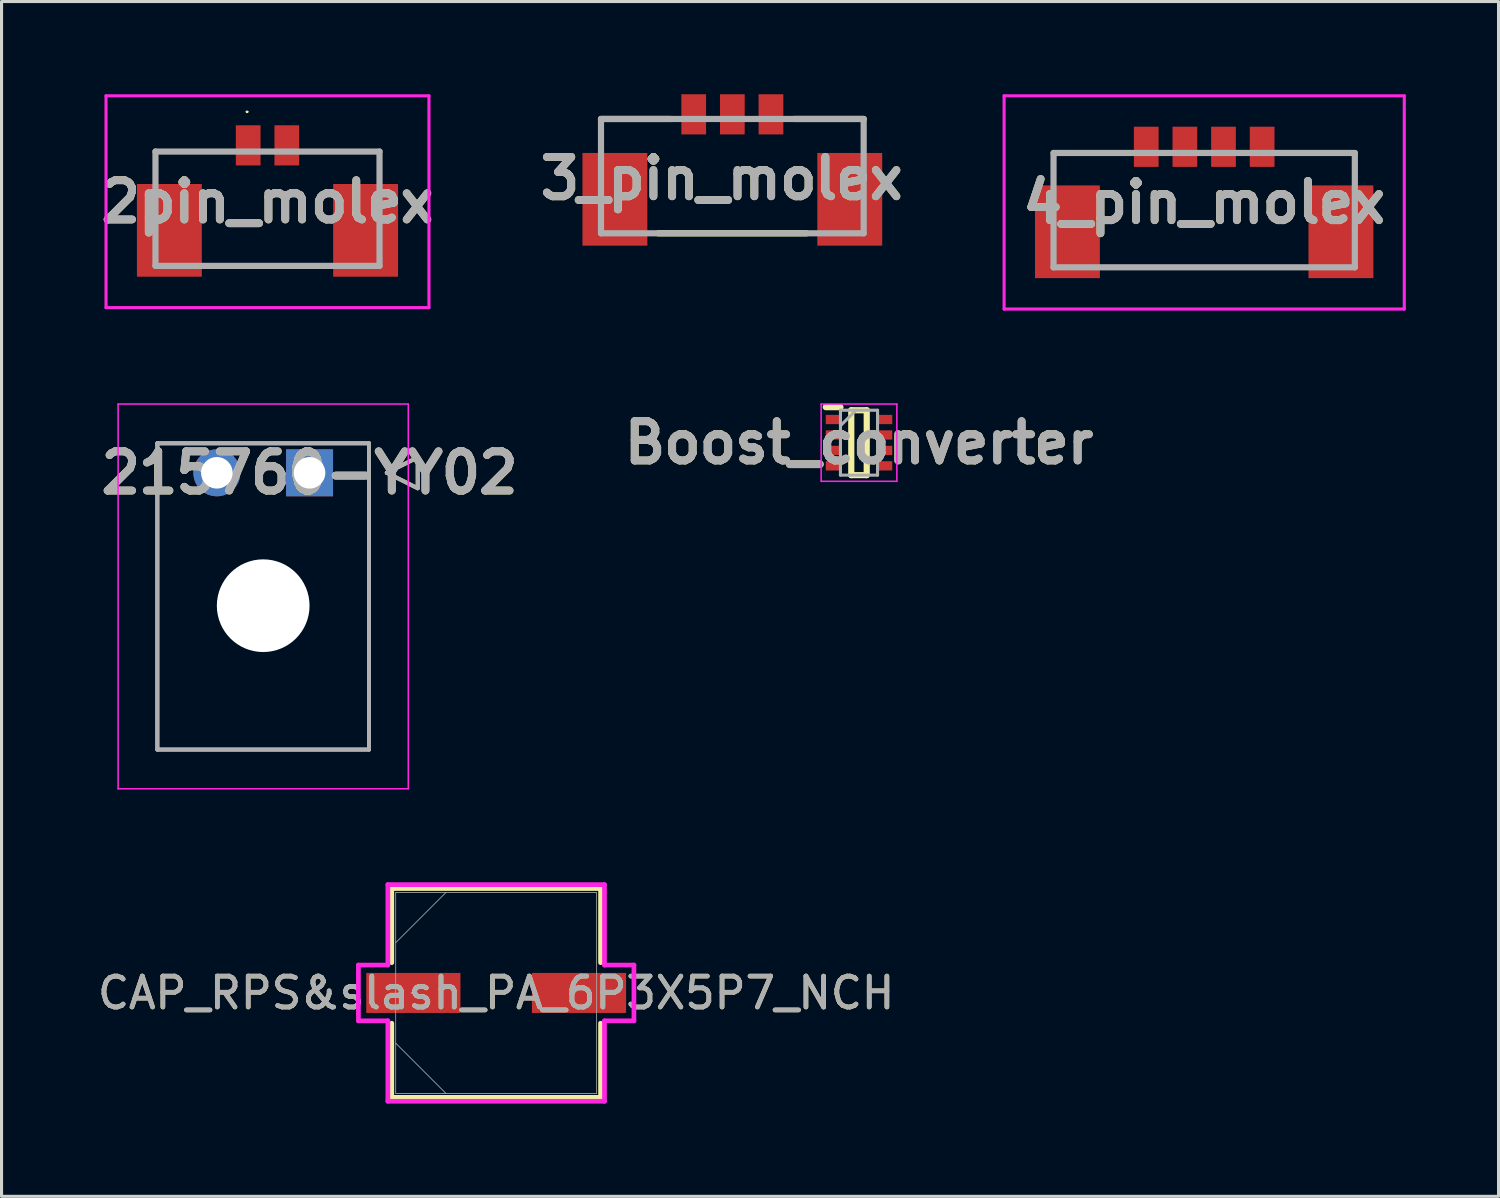
<source format=kicad_pcb>
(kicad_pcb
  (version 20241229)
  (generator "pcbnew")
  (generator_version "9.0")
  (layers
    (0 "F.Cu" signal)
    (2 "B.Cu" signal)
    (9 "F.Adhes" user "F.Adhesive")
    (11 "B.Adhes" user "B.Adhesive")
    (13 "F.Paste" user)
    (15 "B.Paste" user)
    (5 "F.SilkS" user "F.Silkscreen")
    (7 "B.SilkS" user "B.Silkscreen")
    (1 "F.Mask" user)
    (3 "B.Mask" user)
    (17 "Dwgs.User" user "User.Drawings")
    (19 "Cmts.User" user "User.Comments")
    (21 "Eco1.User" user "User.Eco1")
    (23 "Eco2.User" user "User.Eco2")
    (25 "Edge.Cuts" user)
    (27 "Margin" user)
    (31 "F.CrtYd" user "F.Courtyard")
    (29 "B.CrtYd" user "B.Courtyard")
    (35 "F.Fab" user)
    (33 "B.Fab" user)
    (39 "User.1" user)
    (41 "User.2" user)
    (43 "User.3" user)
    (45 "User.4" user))
  (footprint "CAP_RPS&slash_PA_6P3X5P7_NCH"
    (layer "F.Cu")
    (at 13.006 29.081)
    (property "Reference" "CAP_RPS&slash_PA_6P3X5P7_NCH" (at 0 0 0) (unlocked yes) (layer "F.SilkS") (effects (font (size 1 1) (thickness 0.15))))
    (attr smd)
    (fp_line (start -3.378 -3.378) (end -3.378 -0.98) (stroke (width 0.152) (type solid)) (layer "F.SilkS"))
    (fp_line (start -3.378 0.98) (end -3.378 3.378) (stroke (width 0.152) (type solid)) (layer "F.SilkS"))
    (fp_line (start -3.378 3.378) (end 3.378 3.378) (stroke (width 0.152) (type solid)) (layer "F.SilkS"))
    (fp_line (start 3.378 -3.378) (end -3.378 -3.378) (stroke (width 0.152) (type solid)) (layer "F.SilkS"))
    (fp_line (start 3.378 -0.98) (end 3.378 -3.378) (stroke (width 0.152) (type solid)) (layer "F.SilkS"))
    (fp_line (start 3.378 3.378) (end 3.378 0.98) (stroke (width 0.152) (type solid)) (layer "F.SilkS"))
    (fp_line (start -4.458 -0.902) (end -3.505 -0.902) (stroke (width 0.152) (type solid)) (layer "F.CrtYd"))
    (fp_line (start -4.458 0.902) (end -4.458 -0.902) (stroke (width 0.152) (type solid)) (layer "F.CrtYd"))
    (fp_line (start -3.505 -3.505) (end 3.505 -3.505) (stroke (width 0.152) (type solid)) (layer "F.CrtYd"))
    (fp_line (start -3.505 -0.902) (end -3.505 -3.505) (stroke (width 0.152) (type solid)) (layer "F.CrtYd"))
    (fp_line (start -3.505 0.902) (end -4.458 0.902) (stroke (width 0.152) (type solid)) (layer "F.CrtYd"))
    (fp_line (start -3.505 3.505) (end -3.505 0.902) (stroke (width 0.152) (type solid)) (layer "F.CrtYd"))
    (fp_line (start 3.505 -3.505) (end 3.505 -0.902) (stroke (width 0.152) (type solid)) (layer "F.CrtYd"))
    (fp_line (start 3.505 -0.902) (end 4.458 -0.902) (stroke (width 0.152) (type solid)) (layer "F.CrtYd"))
    (fp_line (start 3.505 0.902) (end 3.505 3.505) (stroke (width 0.152) (type solid)) (layer "F.CrtYd"))
    (fp_line (start 3.505 3.505) (end -3.505 3.505) (stroke (width 0.152) (type solid)) (layer "F.CrtYd"))
    (fp_line (start 4.458 -0.902) (end 4.458 0.902) (stroke (width 0.152) (type solid)) (layer "F.CrtYd"))
    (fp_line (start 4.458 0.902) (end 3.505 0.902) (stroke (width 0.152) (type solid)) (layer "F.CrtYd"))
    (fp_line (start -3.251 -3.251) (end -3.251 3.251) (stroke (width 0.025) (type solid)) (layer "F.Fab"))
    (fp_line (start -3.251 -1.626) (end -1.626 -3.251) (stroke (width 0.025) (type solid)) (layer "F.Fab"))
    (fp_line (start -3.251 1.626) (end -1.626 3.251) (stroke (width 0.025) (type solid)) (layer "F.Fab"))
    (fp_line (start -3.251 3.251) (end 3.251 3.251) (stroke (width 0.025) (type solid)) (layer "F.Fab"))
    (fp_line (start 3.251 -3.251) (end -3.251 -3.251) (stroke (width 0.025) (type solid)) (layer "F.Fab"))
    (fp_line (start 3.251 3.251) (end 3.251 -3.251) (stroke (width 0.025) (type solid)) (layer "F.Fab"))
    (fp_circle (center -2.743 0) (end -2.743 0) (stroke (width 0.025) (type solid)) (fill no) (layer "F.Fab"))
    (fp_text user "${REFERENCE}" (at 0 0 0) (unlocked yes) (layer "F.Fab") (effects (font (size 1 1) (thickness 0.15))))
    (pad "1" smd rect (at -2.68 0) (size 3.048 1.295) (layers "F.Cu" "F.Mask" "F.Paste"))
    (pad "2" smd rect (at 2.68 0) (size 3.048 1.295) (layers "F.Cu" "F.Mask" "F.Paste"))
    (zone (net_name "") (layer "F.Cu") (hatch full 0.508) (connect_pads) (min_thickness 0.254) (filled_areas_thickness no) (keepout (tracks not_allowed) (vias not_allowed) (pads allowed) (copperpour not_allowed) (footprints allowed)) (placement (enabled no)) (fill) (polygon (pts (xy 9.806 25.881) (xy 16.206 25.881) (xy 16.206 28.383) (xy 9.806 28.383))))
    (zone (net_name "") (layer "F.Cu") (hatch full 0.508) (connect_pads) (min_thickness 0.254) (filled_areas_thickness no) (keepout (tracks not_allowed) (vias not_allowed) (pads allowed) (copperpour not_allowed) (footprints allowed)) (placement (enabled no)) (fill) (polygon (pts (xy 9.806 29.78) (xy 16.206 29.78) (xy 16.206 32.282) (xy 9.806 32.282))))
    (zone (net_name "") (layer "F.Cu") (hatch full 0.508) (connect_pads) (min_thickness 0.254) (filled_areas_thickness no) (keepout (tracks not_allowed) (vias not_allowed) (pads allowed) (copperpour not_allowed) (footprints allowed)) (placement (enabled no)) (fill) (polygon (pts (xy 11.901 28.383) (xy 14.111 28.383) (xy 14.111 29.78) (xy 11.901 29.78)))))
  (footprint "Boost_converter"
    (layer "F.Cu")
    (at 24.747 11.275)
    (property "Reference" "Boost_converter" (at 0 0 0) (layer "F.SilkS") (effects (font (size 1.27 1.27) (thickness 0.254))))
    (attr smd)
    (fp_line (start -1.075 -1.15) (end -0.6 -1.15) (stroke (width 0.2) (type solid)) (layer "F.SilkS"))
    (fp_line (start -0.25 -1.05) (end 0.25 -1.05) (stroke (width 0.2) (type solid)) (layer "F.SilkS"))
    (fp_line (start -0.25 1.05) (end -0.25 -1.05) (stroke (width 0.2) (type solid)) (layer "F.SilkS"))
    (fp_line (start 0.25 -1.05) (end 0.25 1.05) (stroke (width 0.2) (type solid)) (layer "F.SilkS"))
    (fp_line (start 0.25 1.05) (end -0.25 1.05) (stroke (width 0.2) (type solid)) (layer "F.SilkS"))
    (fp_line (start -1.225 -1.25) (end 1.225 -1.25) (stroke (width 0.05) (type solid)) (layer "F.CrtYd"))
    (fp_line (start -1.225 1.25) (end -1.225 -1.25) (stroke (width 0.05) (type solid)) (layer "F.CrtYd"))
    (fp_line (start 1.225 -1.25) (end 1.225 1.25) (stroke (width 0.05) (type solid)) (layer "F.CrtYd"))
    (fp_line (start 1.225 1.25) (end -1.225 1.25) (stroke (width 0.05) (type solid)) (layer "F.CrtYd"))
    (fp_line (start -0.6 -1.05) (end 0.6 -1.05) (stroke (width 0.1) (type solid)) (layer "F.Fab"))
    (fp_line (start -0.6 -0.55) (end -0.1 -1.05) (stroke (width 0.1) (type solid)) (layer "F.Fab"))
    (fp_line (start -0.6 1.05) (end -0.6 -1.05) (stroke (width 0.1) (type solid)) (layer "F.Fab"))
    (fp_line (start 0.6 -1.05) (end 0.6 1.05) (stroke (width 0.1) (type solid)) (layer "F.Fab"))
    (fp_line (start 0.6 1.05) (end -0.6 1.05) (stroke (width 0.1) (type solid)) (layer "F.Fab"))
    (fp_text user "${REFERENCE}" (at 0 0 0) (layer "F.Fab") (effects (font (size 1.27 1.27) (thickness 0.254))))
    (pad "1" smd rect (at -0.838 -0.75 90) (size 0.3 0.475) (layers "F.Cu" "F.Mask" "F.Paste"))
    (pad "2" smd rect (at -0.838 -0.25 90) (size 0.3 0.475) (layers "F.Cu" "F.Mask" "F.Paste"))
    (pad "3" smd rect (at -0.838 0.25 90) (size 0.3 0.475) (layers "F.Cu" "F.Mask" "F.Paste"))
    (pad "4" smd rect (at -0.838 0.75 90) (size 0.3 0.475) (layers "F.Cu" "F.Mask" "F.Paste"))
    (pad "5" smd rect (at 0.838 0.75 90) (size 0.3 0.475) (layers "F.Cu" "F.Mask" "F.Paste"))
    (pad "6" smd rect (at 0.838 0.25 90) (size 0.3 0.475) (layers "F.Cu" "F.Mask" "F.Paste"))
    (pad "7" smd rect (at 0.838 -0.25 90) (size 0.3 0.475) (layers "F.Cu" "F.Mask" "F.Paste"))
    (pad "8" smd rect (at 0.838 -0.75 90) (size 0.3 0.475) (layers "F.Cu" "F.Mask" "F.Paste")))
  (footprint "3_pin_molex"
    (layer "F.Cu")
    (at 20.648 0.8)
    (property "Reference" "3_pin_molex" (at -0.346 1.926 0) (layer "F.SilkS") (effects (font (size 1.27 1.27) (thickness 0.254))))
    (attr smd)
    (fp_line (start -4.25 0) (end -1.991 0) (stroke (width 0.2) (type solid)) (layer "F.SilkS"))
    (fp_line (start -2.4 3.7) (end 2.4 3.7) (stroke (width 0.2) (type solid)) (layer "F.SilkS"))
    (fp_line (start 4.25 0) (end 1.991 0) (stroke (width 0.2) (type solid)) (layer "F.SilkS"))
    (fp_line (start -4.25 0) (end 4.25 0) (stroke (width 0.2) (type solid)) (layer "F.Fab"))
    (fp_line (start -4.25 3.7) (end -4.25 0) (stroke (width 0.2) (type solid)) (layer "F.Fab"))
    (fp_line (start 4.25 0) (end 4.25 3.7) (stroke (width 0.2) (type solid)) (layer "F.Fab"))
    (fp_line (start 4.25 3.7) (end -4.25 3.7) (stroke (width 0.2) (type solid)) (layer "F.Fab"))
    (fp_text user "${REFERENCE}" (at -0.346 1.926 0) (layer "F.Fab") (effects (font (size 1.27 1.27) (thickness 0.254))))
    (pad "1" smd rect (at -1.25 -0.15) (size 0.8 1.3) (layers "F.Cu" "F.Mask" "F.Paste"))
    (pad "2" smd rect (at 0 -0.15) (size 0.8 1.3) (layers "F.Cu" "F.Mask" "F.Paste"))
    (pad "3" smd rect (at 1.25 -0.15) (size 0.8 1.3) (layers "F.Cu" "F.Mask" "F.Paste"))
    (pad "4" smd rect (at -3.8 2.6) (size 2.1 3) (layers "F.Cu" "F.Mask" "F.Paste"))
    (pad "5" smd rect (at 3.8 2.6) (size 2.1 3) (layers "F.Cu" "F.Mask" "F.Paste")))
  (footprint "215760-YY02"
    (layer "F.Cu")
    (at 6.967 12.25)
    (property "Reference" "215760-YY02" (at 0 0 0) (layer "F.SilkS") (effects (font (size 1.27 1.27) (thickness 0.254))))
    (attr through_hole)
    (fp_line (start -4.925 -0.955) (end 1.925 -0.955) (stroke (width 0.127) (type solid)) (layer "F.SilkS"))
    (fp_line (start -4.925 8.955) (end -4.925 -0.955) (stroke (width 0.127) (type solid)) (layer "F.SilkS"))
    (fp_line (start 1.925 -0.955) (end 1.925 8.955) (stroke (width 0.127) (type solid)) (layer "F.SilkS"))
    (fp_line (start 1.925 8.955) (end -4.925 8.955) (stroke (width 0.127) (type solid)) (layer "F.SilkS"))
    (fp_line (start 2.5 0) (end 3.5 -0.5) (stroke (width 0.127) (type solid)) (layer "F.SilkS"))
    (fp_line (start 3.5 -0.5) (end 3.5 0.5) (stroke (width 0.127) (type solid)) (layer "F.SilkS"))
    (fp_line (start 3.5 0.5) (end 2.5 0) (stroke (width 0.127) (type solid)) (layer "F.SilkS"))
    (fp_line (start -6.195 -2.225) (end 3.195 -2.225) (stroke (width 0.05) (type solid)) (layer "F.CrtYd"))
    (fp_line (start -6.195 10.225) (end -6.195 -2.225) (stroke (width 0.05) (type solid)) (layer "F.CrtYd"))
    (fp_line (start 3.195 -2.225) (end 3.195 10.225) (stroke (width 0.05) (type solid)) (layer "F.CrtYd"))
    (fp_line (start 3.195 10.225) (end -6.195 10.225) (stroke (width 0.05) (type solid)) (layer "F.CrtYd"))
    (fp_line (start -4.925 -0.955) (end 1.925 -0.955) (stroke (width 0.127) (type solid)) (layer "F.Fab"))
    (fp_line (start -4.925 8.955) (end -4.925 -0.955) (stroke (width 0.127) (type solid)) (layer "F.Fab"))
    (fp_line (start 1.925 -0.955) (end 1.925 8.955) (stroke (width 0.127) (type solid)) (layer "F.Fab"))
    (fp_line (start 1.925 8.955) (end -4.925 8.955) (stroke (width 0.127) (type solid)) (layer "F.Fab"))
    (fp_line (start 2.5 0) (end 3.5 -0.5) (stroke (width 0.127) (type solid)) (layer "F.Fab"))
    (fp_line (start 3.5 -0.5) (end 3.5 0.5) (stroke (width 0.127) (type solid)) (layer "F.Fab"))
    (fp_line (start 3.5 0.5) (end 2.5 0) (stroke (width 0.127) (type solid)) (layer "F.Fab"))
    (fp_text user "${REFERENCE}" (at 0 0 0) (layer "F.Fab") (effects (font (size 1.27 1.27) (thickness 0.254))))
    (pad "" np_thru_hole circle (at -1.5 4.3) (size 3 3) (drill 3) (layers "*.Cu" "*.Mask"))
    (pad "1" thru_hole rect (at 0 0) (size 1.52 1.52) (drill 1.02) (layers "*.Cu" "*.Mask"))
    (pad "2" thru_hole circle (at -3 0) (size 1.52 1.52) (drill 1.02) (layers "*.Cu" "*.Mask")))
  (footprint "2pin_molex"
    (layer "F.Cu")
    (at 5.606 3.05)
    (property "Reference" "2pin_molex" (at 0 0.427 0) (layer "F.SilkS") (effects (font (size 1.27 1.27) (thickness 0.254))))
    (attr smd)
    (fp_line (start -3.625 -1.196) (end -3.625 -0.435) (stroke (width 0.1) (type solid)) (layer "F.SilkS"))
    (fp_line (start -3.625 -1.196) (end -1.337 -1.196) (stroke (width 0.1) (type solid)) (layer "F.SilkS"))
    (fp_line (start -1.8 2.504) (end 1.8 2.504) (stroke (width 0.1) (type solid)) (layer "F.SilkS"))
    (fp_line (start -0.683 -2.482) (end -0.683 -2.482) (stroke (width 0.045) (type solid)) (layer "F.SilkS"))
    (fp_line (start -0.639 -2.482) (end -0.639 -2.482) (stroke (width 0.045) (type solid)) (layer "F.SilkS"))
    (fp_line (start 3.625 -1.196) (end 1.337 -1.196) (stroke (width 0.1) (type solid)) (layer "F.SilkS"))
    (fp_line (start 3.625 -1.196) (end 3.625 -0.435) (stroke (width 0.1) (type solid)) (layer "F.SilkS"))
    (fp_arc (start -0.683 -2.481) (mid -0.6615 -2.5035) (end -0.639 -2.482) (stroke (width 0.045) (type solid)) (layer "F.SilkS"))
    (fp_arc (start -0.639 -2.481) (mid -0.6615 -2.4595) (end -0.683 -2.482) (stroke (width 0.045) (type solid)) (layer "F.SilkS"))
    (fp_line (start -5.225 -3) (end 5.225 -3) (stroke (width 0.1) (type solid)) (layer "F.CrtYd"))
    (fp_line (start -5.225 3.854) (end -5.225 -3) (stroke (width 0.1) (type solid)) (layer "F.CrtYd"))
    (fp_line (start 5.225 -3) (end 5.225 3.854) (stroke (width 0.1) (type solid)) (layer "F.CrtYd"))
    (fp_line (start 5.225 3.854) (end -5.225 3.854) (stroke (width 0.1) (type solid)) (layer "F.CrtYd"))
    (fp_line (start -3.625 -1.196) (end 3.625 -1.196) (stroke (width 0.2) (type solid)) (layer "F.Fab"))
    (fp_line (start -3.625 2.504) (end -3.625 -1.196) (stroke (width 0.2) (type solid)) (layer "F.Fab"))
    (fp_line (start 3.625 -1.196) (end 3.625 2.504) (stroke (width 0.2) (type solid)) (layer "F.Fab"))
    (fp_line (start 3.625 2.504) (end -3.625 2.504) (stroke (width 0.2) (type solid)) (layer "F.Fab"))
    (fp_text user "${REFERENCE}" (at 0 0.427 0) (layer "F.Fab") (effects (font (size 1.27 1.27) (thickness 0.254))))
    (pad "1" smd rect (at -0.625 -1.396) (size 0.8 1.3) (layers "F.Cu" "F.Mask" "F.Paste"))
    (pad "2" smd rect (at 0.625 -1.396) (size 0.8 1.3) (layers "F.Cu" "F.Mask" "F.Paste"))
    (pad "3" smd rect (at -3.175 1.354) (size 2.1 3) (layers "F.Cu" "F.Mask" "F.Paste"))
    (pad "4" smd rect (at 3.175 1.354) (size 2.1 3) (layers "F.Cu" "F.Mask" "F.Paste")))
  (footprint "4_pin_molex"
    (layer "F.Cu")
    (at 35.917 1.9)
    (property "Reference" "4_pin_molex" (at 0 1.6 0) (layer "F.SilkS") (effects (font (size 1.27 1.27) (thickness 0.254))))
    (attr smd)
    (fp_line (start -4.875 0) (end -4.875 0.5) (stroke (width 0.1) (type solid)) (layer "F.SilkS"))
    (fp_line (start -3 3.7) (end 3 3.7) (stroke (width 0.1) (type solid)) (layer "F.SilkS"))
    (fp_line (start -2.5 0) (end -4.875 0) (stroke (width 0.1) (type solid)) (layer "F.SilkS"))
    (fp_line (start 2.5 0) (end 4.875 0) (stroke (width 0.1) (type solid)) (layer "F.SilkS"))
    (fp_line (start 4.875 0) (end 4.875 0.5) (stroke (width 0.1) (type solid)) (layer "F.SilkS"))
    (fp_line (start -6.475 -1.85) (end 6.475 -1.85) (stroke (width 0.1) (type solid)) (layer "F.CrtYd"))
    (fp_line (start -6.475 5.05) (end -6.475 -1.85) (stroke (width 0.1) (type solid)) (layer "F.CrtYd"))
    (fp_line (start 6.475 -1.85) (end 6.475 5.05) (stroke (width 0.1) (type solid)) (layer "F.CrtYd"))
    (fp_line (start 6.475 5.05) (end -6.475 5.05) (stroke (width 0.1) (type solid)) (layer "F.CrtYd"))
    (fp_line (start -4.875 0) (end 4.875 0) (stroke (width 0.2) (type solid)) (layer "F.Fab"))
    (fp_line (start -4.875 3.7) (end -4.875 0) (stroke (width 0.2) (type solid)) (layer "F.Fab"))
    (fp_line (start 4.875 0) (end 4.875 3.7) (stroke (width 0.2) (type solid)) (layer "F.Fab"))
    (fp_line (start 4.875 3.7) (end -4.875 3.7) (stroke (width 0.2) (type solid)) (layer "F.Fab"))
    (fp_text user "${REFERENCE}" (at 0 1.6 0) (layer "F.Fab") (effects (font (size 1.27 1.27) (thickness 0.254))))
    (pad "1" smd rect (at -1.875 -0.2) (size 0.8 1.3) (layers "F.Cu" "F.Mask" "F.Paste"))
    (pad "2" smd rect (at -0.625 -0.2) (size 0.8 1.3) (layers "F.Cu" "F.Mask" "F.Paste"))
    (pad "3" smd rect (at 0.625 -0.2) (size 0.8 1.3) (layers "F.Cu" "F.Mask" "F.Paste"))
    (pad "4" smd rect (at 1.875 -0.2) (size 0.8 1.3) (layers "F.Cu" "F.Mask" "F.Paste"))
    (pad "5" smd rect (at -4.425 2.55) (size 2.1 3) (layers "F.Cu" "F.Mask" "F.Paste"))
    (pad "6" smd rect (at 4.425 2.55) (size 2.1 3) (layers "F.Cu" "F.Mask" "F.Paste")))
  (gr_rect
    (start -3 -3)
    (end 45.442 35.663)
    (stroke (width 0.1) (type default))
    (fill no)
    (layer "Edge.Cuts")))
</source>
